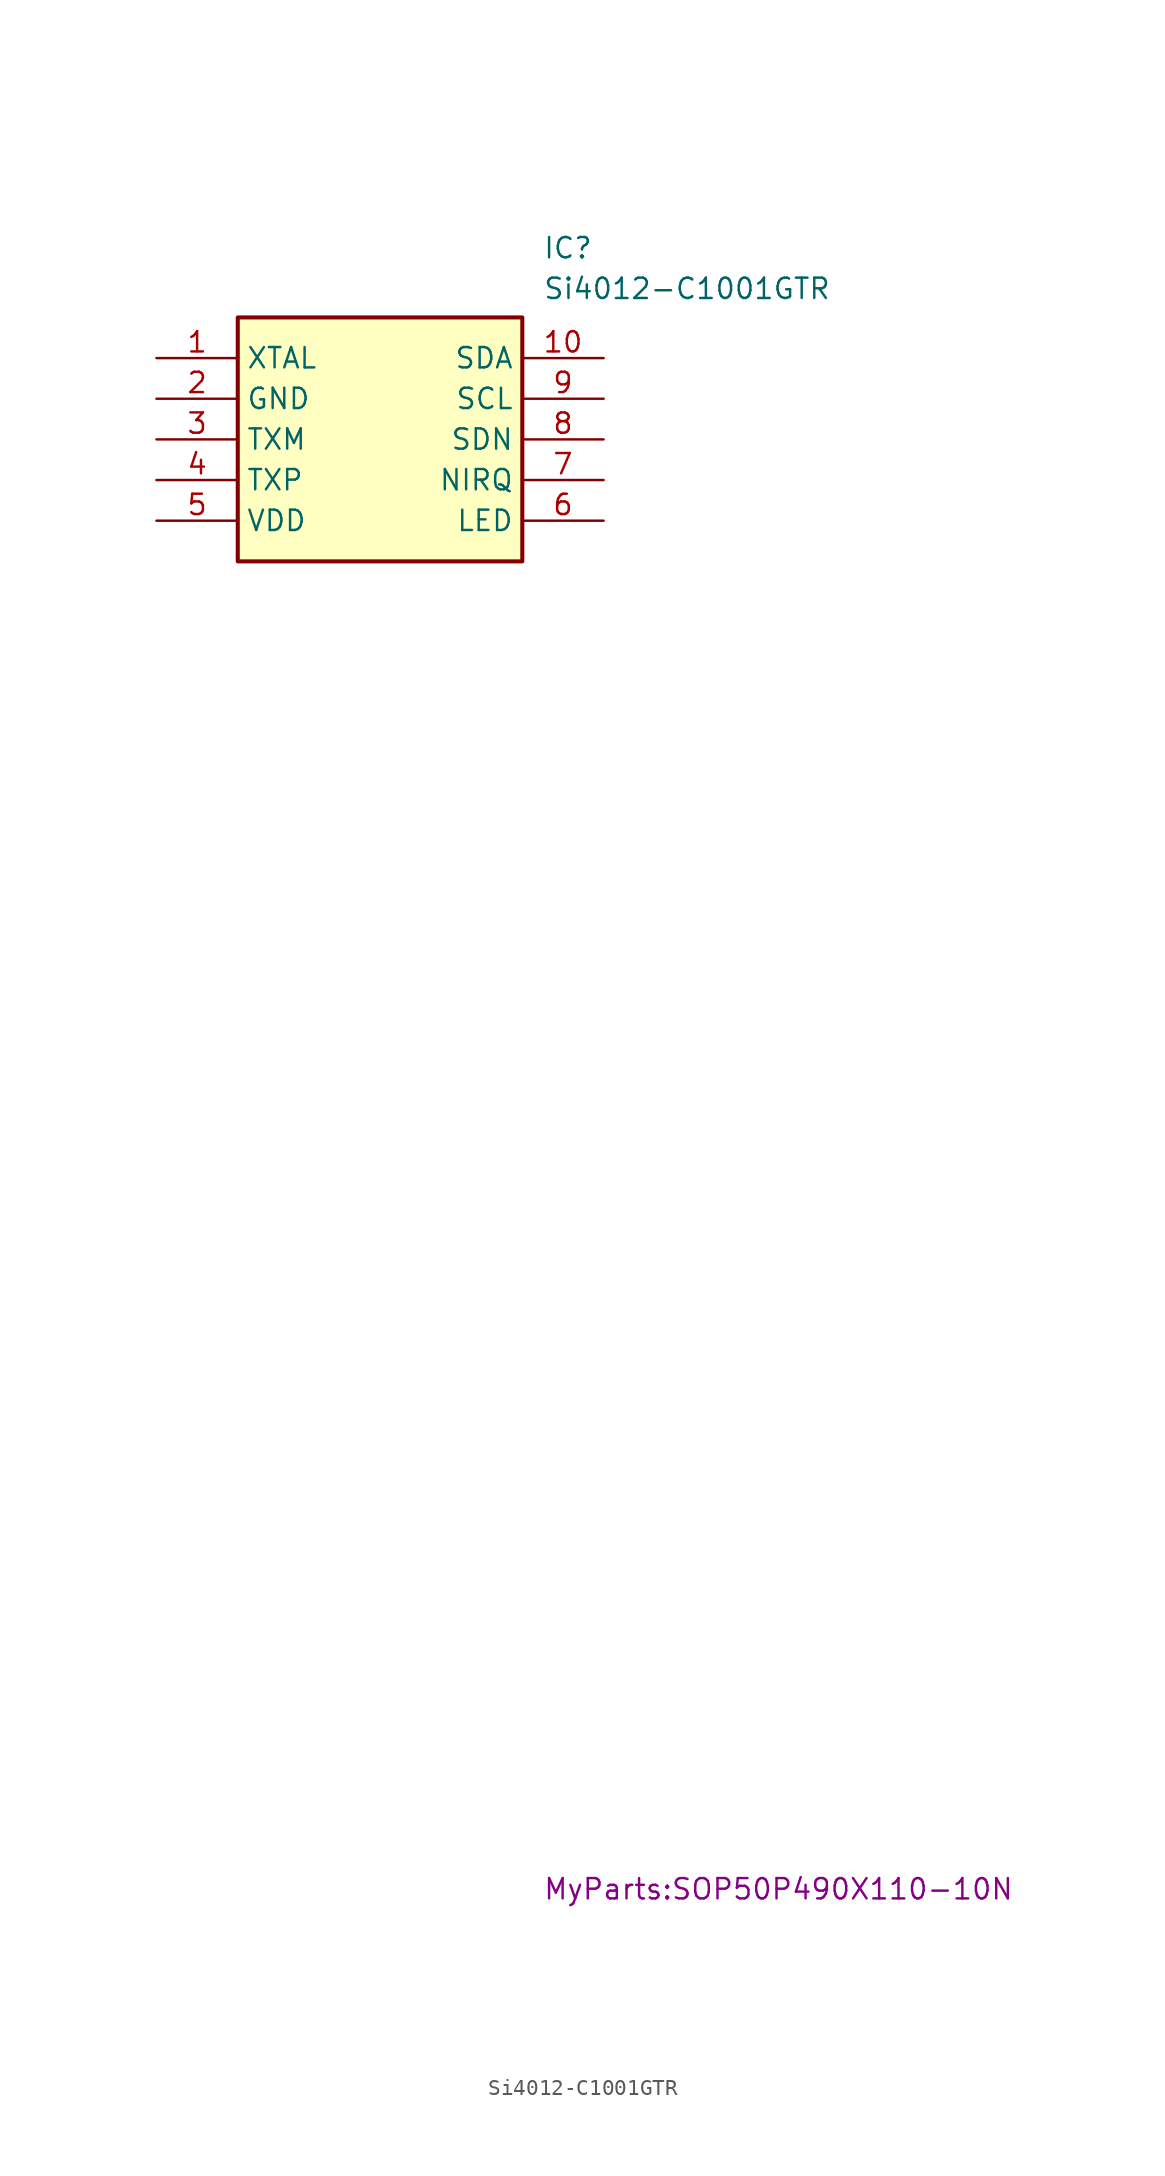
<source format=kicad_sym>
(kicad_symbol_lib
  (version 20241209)
  (generator "kicad_symbol_editor")
  (generator_version "9.0")
  (symbol "Si4012-C1001GTR"
    (property "Reference" "IC"
      (at 24.13 7.62 0)
      (effects (font (size 1.27 1.27)) (justify left top)))
    (property "Value" "Si4012-C1001GTR"
      (at 24.13 5.08 0)
      (effects (font (size 1.27 1.27)) (justify left top)))
    (property "Footprint" "MyParts:SOP50P490X110-10N"
      (at 24.13 -94.92 0)
      (effects (font (size 1.27 1.27)) (justify left top)))
    (symbol "Si4012-C1001GTR_1_1"
      (rectangle (start 5.08 2.54) (end 22.86 -12.7) (stroke (width 0.254) (type default)) (fill (type background)))
      (pin passive line (at 0 0 0) (length 5.08) (name "XTAL" (effects (font (size 1.27 1.27)))) (number "1" (effects (font (size 1.27 1.27)))))
      (pin passive line (at 0 -2.54 0) (length 5.08) (name "GND" (effects (font (size 1.27 1.27)))) (number "2" (effects (font (size 1.27 1.27)))))
      (pin passive line (at 0 -5.08 0) (length 5.08) (name "TXM" (effects (font (size 1.27 1.27)))) (number "3" (effects (font (size 1.27 1.27)))))
      (pin passive line (at 0 -7.62 0) (length 5.08) (name "TXP" (effects (font (size 1.27 1.27)))) (number "4" (effects (font (size 1.27 1.27)))))
      (pin passive line (at 0 -10.16 0) (length 5.08) (name "VDD" (effects (font (size 1.27 1.27)))) (number "5" (effects (font (size 1.27 1.27)))))
      (pin passive line (at 27.94 0 180) (length 5.08) (name "SDA" (effects (font (size 1.27 1.27)))) (number "10" (effects (font (size 1.27 1.27)))))
      (pin passive line (at 27.94 -2.54 180) (length 5.08) (name "SCL" (effects (font (size 1.27 1.27)))) (number "9" (effects (font (size 1.27 1.27)))))
      (pin passive line (at 27.94 -5.08 180) (length 5.08) (name "SDN" (effects (font (size 1.27 1.27)))) (number "8" (effects (font (size 1.27 1.27)))))
      (pin passive line (at 27.94 -7.62 180) (length 5.08) (name "NIRQ" (effects (font (size 1.27 1.27)))) (number "7" (effects (font (size 1.27 1.27)))))
      (pin passive line (at 27.94 -10.16 180) (length 5.08) (name "LED" (effects (font (size 1.27 1.27)))) (number "6" (effects (font (size 1.27 1.27))))))))
</source>
